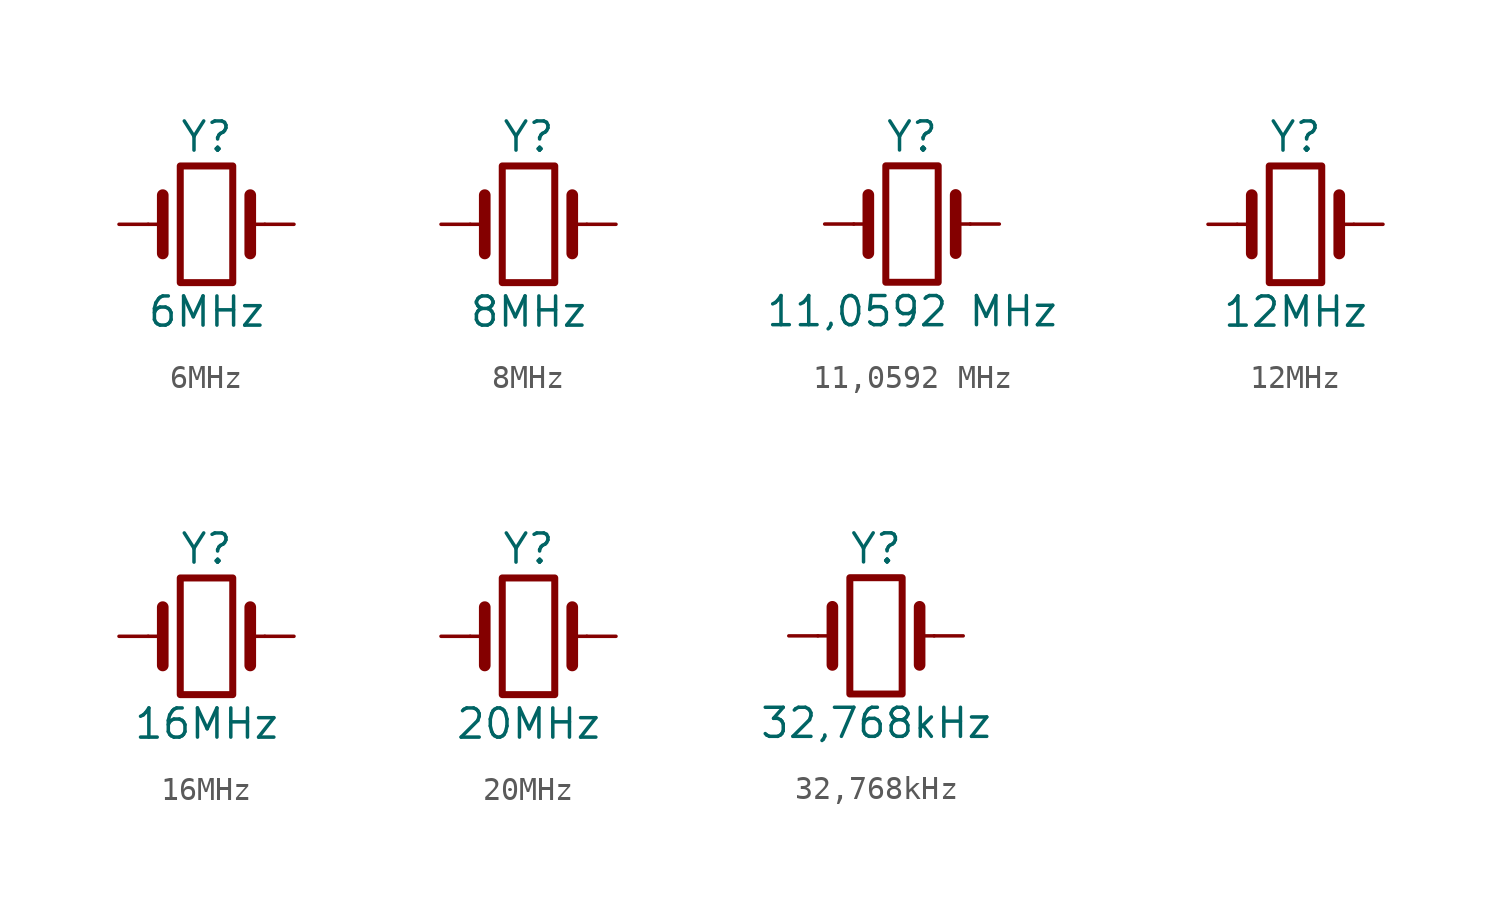
<source format=kicad_sym>
(kicad_symbol_lib
  (version 20211014)
  (generator kicad_symbol_editor)
  (symbol "6MHz"
    (pin_numbers hide)
    (pin_names
      (offset 1.016) hide)
    (property "Reference" "Y"
      (at 0 3.81 0)
      (effects (font (size 1.27 1.27))))
    (property "Value" "6MHz"
      (at 0 -3.81 0)
      (effects (font (size 1.27 1.27))))
    (symbol "6MHz_0_1"
      (rectangle (start -1.143 2.54) (end 1.143 -2.54) (stroke (width 0.305) (type default) (color 0 0 0 0)) (fill (type none)))
      (polyline (pts (xy -2.54 0) (xy -1.905 0)) (stroke (width 0) (type default) (color 0 0 0 0)) (fill (type none)))
      (polyline (pts (xy -1.905 -1.27) (xy -1.905 1.27)) (stroke (width 0.508) (type default) (color 0 0 0 0)) (fill (type none)))
      (polyline (pts (xy 1.905 -1.27) (xy 1.905 1.27)) (stroke (width 0.508) (type default) (color 0 0 0 0)) (fill (type none)))
      (polyline (pts (xy 2.54 0) (xy 1.905 0)) (stroke (width 0) (type default) (color 0 0 0 0)) (fill (type none))))
    (symbol "6MHz_1_1"
      (pin passive line (at -3.81 0 0) (length 1.27) (name "1" (effects (font (size 1.27 1.27)))) (number "1" (effects (font (size 1.27 1.27)))))
      (pin passive line (at 3.81 0 180) (length 1.27) (name "2" (effects (font (size 1.27 1.27)))) (number "2" (effects (font (size 1.27 1.27)))))))
  (symbol "8MHz"
    (pin_numbers hide)
    (pin_names
      (offset 1.016) hide)
    (property "Reference" "Y"
      (at 0 3.81 0)
      (effects (font (size 1.27 1.27))))
    (property "Value" "8MHz"
      (at 0 -3.81 0)
      (effects (font (size 1.27 1.27))))
    (symbol "8MHz_0_1"
      (rectangle (start -1.143 2.54) (end 1.143 -2.54) (stroke (width 0.305) (type default) (color 0 0 0 0)) (fill (type none)))
      (polyline (pts (xy -2.54 0) (xy -1.905 0)) (stroke (width 0) (type default) (color 0 0 0 0)) (fill (type none)))
      (polyline (pts (xy -1.905 -1.27) (xy -1.905 1.27)) (stroke (width 0.508) (type default) (color 0 0 0 0)) (fill (type none)))
      (polyline (pts (xy 1.905 -1.27) (xy 1.905 1.27)) (stroke (width 0.508) (type default) (color 0 0 0 0)) (fill (type none)))
      (polyline (pts (xy 2.54 0) (xy 1.905 0)) (stroke (width 0) (type default) (color 0 0 0 0)) (fill (type none))))
    (symbol "8MHz_1_1"
      (pin passive line (at -3.81 0 0) (length 1.27) (name "1" (effects (font (size 1.27 1.27)))) (number "1" (effects (font (size 1.27 1.27)))))
      (pin passive line (at 3.81 0 180) (length 1.27) (name "2" (effects (font (size 1.27 1.27)))) (number "2" (effects (font (size 1.27 1.27)))))))
  (symbol "11,0592 MHz"
    (pin_numbers hide)
    (pin_names
      (offset 1.016) hide)
    (property "Reference" "Y"
      (at 0 3.81 0)
      (effects (font (size 1.27 1.27))))
    (property "Value" "11,0592 MHz"
      (at 0 -3.81 0)
      (effects (font (size 1.27 1.27))))
    (symbol "11,0592 MHz_0_1"
      (rectangle (start -1.143 2.54) (end 1.143 -2.54) (stroke (width 0.305) (type default) (color 0 0 0 0)) (fill (type none)))
      (polyline (pts (xy -2.54 0) (xy -1.905 0)) (stroke (width 0) (type default) (color 0 0 0 0)) (fill (type none)))
      (polyline (pts (xy -1.905 -1.27) (xy -1.905 1.27)) (stroke (width 0.508) (type default) (color 0 0 0 0)) (fill (type none)))
      (polyline (pts (xy 1.905 -1.27) (xy 1.905 1.27)) (stroke (width 0.508) (type default) (color 0 0 0 0)) (fill (type none)))
      (polyline (pts (xy 2.54 0) (xy 1.905 0)) (stroke (width 0) (type default) (color 0 0 0 0)) (fill (type none))))
    (symbol "11,0592 MHz_1_1"
      (pin passive line (at -3.81 0 0) (length 1.27) (name "1" (effects (font (size 1.27 1.27)))) (number "1" (effects (font (size 1.27 1.27)))))
      (pin passive line (at 3.81 0 180) (length 1.27) (name "2" (effects (font (size 1.27 1.27)))) (number "2" (effects (font (size 1.27 1.27)))))))
  (symbol "12MHz"
    (pin_numbers hide)
    (pin_names
      (offset 1.016) hide)
    (property "Reference" "Y"
      (at 0 3.81 0)
      (effects (font (size 1.27 1.27))))
    (property "Value" "12MHz"
      (at 0 -3.81 0)
      (effects (font (size 1.27 1.27))))
    (symbol "12MHz_0_1"
      (rectangle (start -1.143 2.54) (end 1.143 -2.54) (stroke (width 0.305) (type default) (color 0 0 0 0)) (fill (type none)))
      (polyline (pts (xy -2.54 0) (xy -1.905 0)) (stroke (width 0) (type default) (color 0 0 0 0)) (fill (type none)))
      (polyline (pts (xy -1.905 -1.27) (xy -1.905 1.27)) (stroke (width 0.508) (type default) (color 0 0 0 0)) (fill (type none)))
      (polyline (pts (xy 1.905 -1.27) (xy 1.905 1.27)) (stroke (width 0.508) (type default) (color 0 0 0 0)) (fill (type none)))
      (polyline (pts (xy 2.54 0) (xy 1.905 0)) (stroke (width 0) (type default) (color 0 0 0 0)) (fill (type none))))
    (symbol "12MHz_1_1"
      (pin passive line (at -3.81 0 0) (length 1.27) (name "1" (effects (font (size 1.27 1.27)))) (number "1" (effects (font (size 1.27 1.27)))))
      (pin passive line (at 3.81 0 180) (length 1.27) (name "2" (effects (font (size 1.27 1.27)))) (number "2" (effects (font (size 1.27 1.27)))))))
  (symbol "16MHz"
    (pin_numbers hide)
    (pin_names
      (offset 1.016) hide)
    (property "Reference" "Y"
      (at 0 3.81 0)
      (effects (font (size 1.27 1.27))))
    (property "Value" "16MHz"
      (at 0 -3.81 0)
      (effects (font (size 1.27 1.27))))
    (symbol "16MHz_0_1"
      (rectangle (start -1.143 2.54) (end 1.143 -2.54) (stroke (width 0.305) (type default) (color 0 0 0 0)) (fill (type none)))
      (polyline (pts (xy -2.54 0) (xy -1.905 0)) (stroke (width 0) (type default) (color 0 0 0 0)) (fill (type none)))
      (polyline (pts (xy -1.905 -1.27) (xy -1.905 1.27)) (stroke (width 0.508) (type default) (color 0 0 0 0)) (fill (type none)))
      (polyline (pts (xy 1.905 -1.27) (xy 1.905 1.27)) (stroke (width 0.508) (type default) (color 0 0 0 0)) (fill (type none)))
      (polyline (pts (xy 2.54 0) (xy 1.905 0)) (stroke (width 0) (type default) (color 0 0 0 0)) (fill (type none))))
    (symbol "16MHz_1_1"
      (pin passive line (at -3.81 0 0) (length 1.27) (name "1" (effects (font (size 1.27 1.27)))) (number "1" (effects (font (size 1.27 1.27)))))
      (pin passive line (at 3.81 0 180) (length 1.27) (name "2" (effects (font (size 1.27 1.27)))) (number "2" (effects (font (size 1.27 1.27)))))))
  (symbol "20MHz"
    (pin_numbers hide)
    (pin_names
      (offset 1.016) hide)
    (property "Reference" "Y"
      (at 0 3.81 0)
      (effects (font (size 1.27 1.27))))
    (property "Value" "20MHz"
      (at 0 -3.81 0)
      (effects (font (size 1.27 1.27))))
    (symbol "20MHz_0_1"
      (rectangle (start -1.143 2.54) (end 1.143 -2.54) (stroke (width 0.305) (type default) (color 0 0 0 0)) (fill (type none)))
      (polyline (pts (xy -2.54 0) (xy -1.905 0)) (stroke (width 0) (type default) (color 0 0 0 0)) (fill (type none)))
      (polyline (pts (xy -1.905 -1.27) (xy -1.905 1.27)) (stroke (width 0.508) (type default) (color 0 0 0 0)) (fill (type none)))
      (polyline (pts (xy 1.905 -1.27) (xy 1.905 1.27)) (stroke (width 0.508) (type default) (color 0 0 0 0)) (fill (type none)))
      (polyline (pts (xy 2.54 0) (xy 1.905 0)) (stroke (width 0) (type default) (color 0 0 0 0)) (fill (type none))))
    (symbol "20MHz_1_1"
      (pin passive line (at -3.81 0 0) (length 1.27) (name "1" (effects (font (size 1.27 1.27)))) (number "1" (effects (font (size 1.27 1.27)))))
      (pin passive line (at 3.81 0 180) (length 1.27) (name "2" (effects (font (size 1.27 1.27)))) (number "2" (effects (font (size 1.27 1.27)))))))
  (symbol "32,768kHz"
    (pin_numbers hide)
    (pin_names
      (offset 1.016) hide)
    (property "Reference" "Y"
      (at 0 3.81 0)
      (effects (font (size 1.27 1.27))))
    (property "Value" "32,768kHz"
      (at 0 -3.81 0)
      (effects (font (size 1.27 1.27))))
    (symbol "32,768kHz_0_1"
      (rectangle (start -1.143 2.54) (end 1.143 -2.54) (stroke (width 0.305) (type default) (color 0 0 0 0)) (fill (type none)))
      (polyline (pts (xy -2.54 0) (xy -1.905 0)) (stroke (width 0) (type default) (color 0 0 0 0)) (fill (type none)))
      (polyline (pts (xy -1.905 -1.27) (xy -1.905 1.27)) (stroke (width 0.508) (type default) (color 0 0 0 0)) (fill (type none)))
      (polyline (pts (xy 1.905 -1.27) (xy 1.905 1.27)) (stroke (width 0.508) (type default) (color 0 0 0 0)) (fill (type none)))
      (polyline (pts (xy 2.54 0) (xy 1.905 0)) (stroke (width 0) (type default) (color 0 0 0 0)) (fill (type none))))
    (symbol "32,768kHz_1_1"
      (pin passive line (at -3.81 0 0) (length 1.27) (name "1" (effects (font (size 1.27 1.27)))) (number "1" (effects (font (size 1.27 1.27)))))
      (pin passive line (at 3.81 0 180) (length 1.27) (name "2" (effects (font (size 1.27 1.27)))) (number "2" (effects (font (size 1.27 1.27))))))))
</source>
